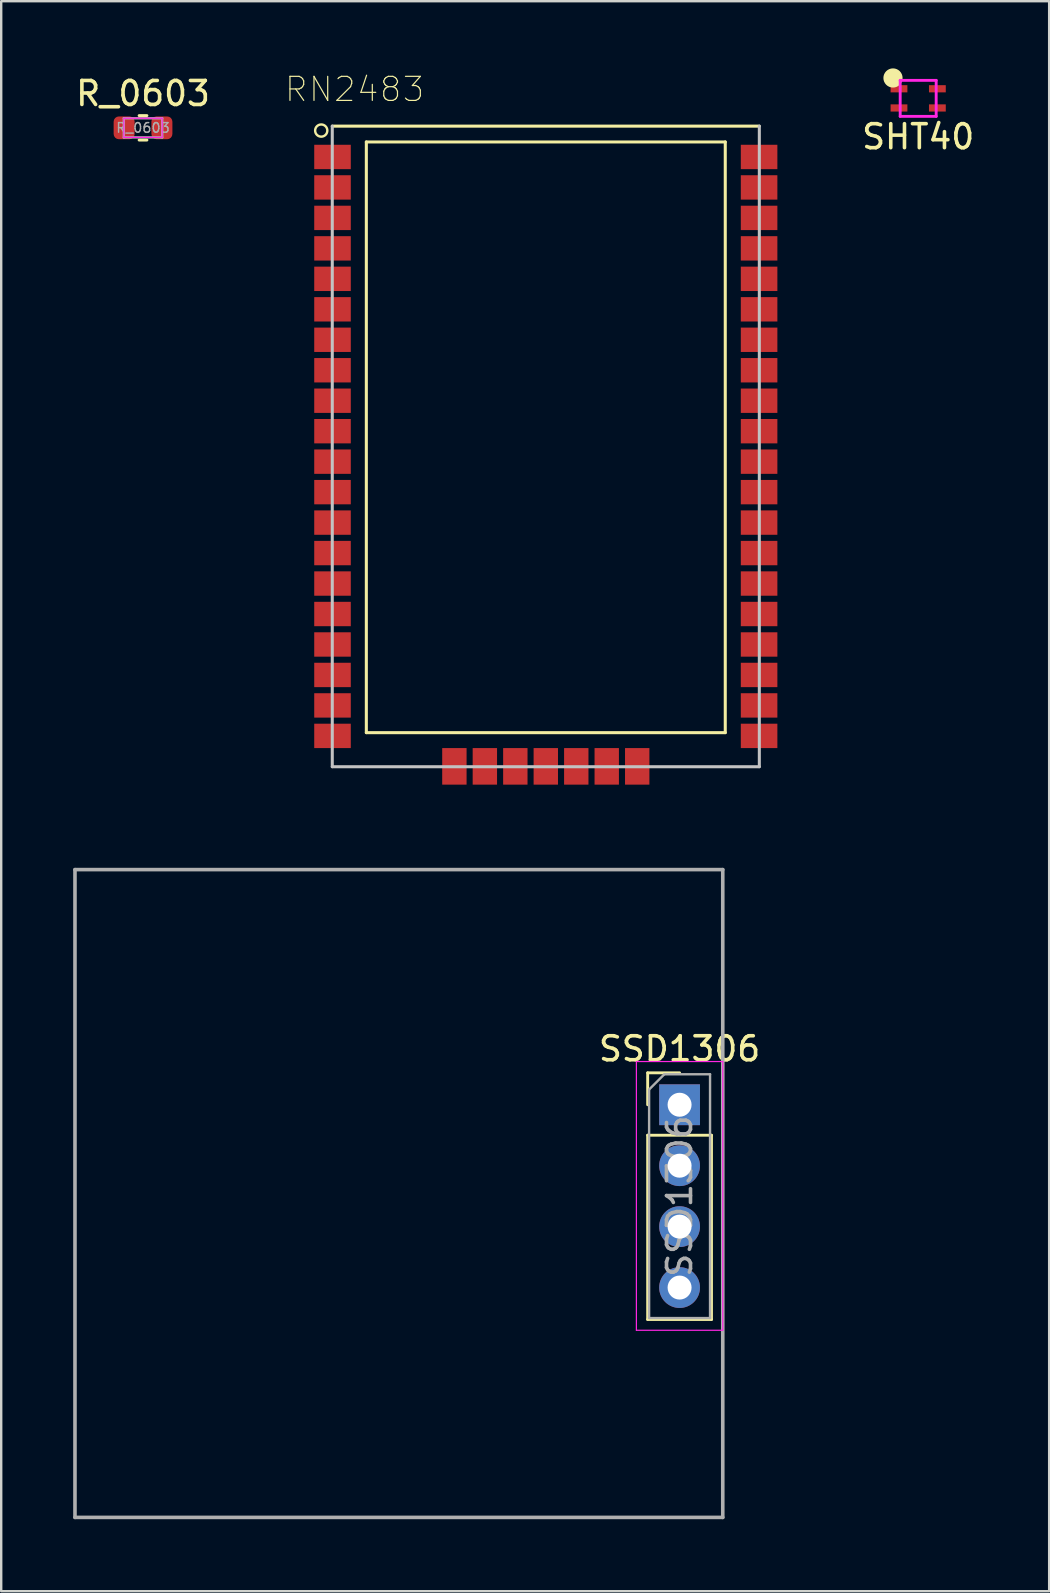
<source format=kicad_pcb>
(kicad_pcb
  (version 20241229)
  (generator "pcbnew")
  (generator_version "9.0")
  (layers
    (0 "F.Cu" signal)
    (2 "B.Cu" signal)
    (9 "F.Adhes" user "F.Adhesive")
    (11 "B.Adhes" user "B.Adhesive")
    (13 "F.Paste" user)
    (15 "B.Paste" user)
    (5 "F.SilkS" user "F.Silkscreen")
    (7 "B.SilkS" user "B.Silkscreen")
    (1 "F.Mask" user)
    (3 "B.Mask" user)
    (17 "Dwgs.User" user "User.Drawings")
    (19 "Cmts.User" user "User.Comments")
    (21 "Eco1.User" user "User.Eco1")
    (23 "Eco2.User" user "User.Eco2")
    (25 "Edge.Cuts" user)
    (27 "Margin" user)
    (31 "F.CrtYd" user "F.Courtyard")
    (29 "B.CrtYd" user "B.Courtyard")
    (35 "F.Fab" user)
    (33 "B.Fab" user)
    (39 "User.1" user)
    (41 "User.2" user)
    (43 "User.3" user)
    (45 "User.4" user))
  (footprint "SHT40"
    (layer "F.Cu")
    (at 34.42 1.45)
    (property "Reference" "SHT40" (at 0.8 1.2 0) (layer "F.SilkS") (effects (font (size 1 1) (thickness 0.15))))
    (attr through_hole)
    (fp_circle (center -0.25 -1.25) (end -0.25 -1.25) (stroke (width 0.4) (type solid)) (fill no) (layer "F.SilkS"))
    (fp_line (start 0.05 -1.15) (end 1.55 -1.15) (stroke (width 0.12) (type solid)) (layer "F.CrtYd"))
    (fp_line (start 0.05 0.35) (end 0.05 -1.15) (stroke (width 0.12) (type solid)) (layer "F.CrtYd"))
    (fp_line (start 1.55 -1.15) (end 1.55 0.35) (stroke (width 0.12) (type solid)) (layer "F.CrtYd"))
    (fp_line (start 1.55 0.35) (end 0.05 0.35) (stroke (width 0.12) (type solid)) (layer "F.CrtYd"))
    (pad "1" smd rect (at 0 -0.8) (size 0.7 0.3) (layers "F.Cu" "F.Mask" "F.Paste"))
    (pad "2" smd rect (at 0 0) (size 0.7 0.3) (layers "F.Cu" "F.Mask" "F.Paste"))
    (pad "3" smd rect (at 1.6 0) (size 0.7 0.3) (layers "F.Cu" "F.Mask" "F.Paste"))
    (pad "4" smd rect (at 1.6 -0.8) (size 0.7 0.3) (layers "F.Cu" "F.Mask" "F.Paste")))
  (footprint "SSD1306"
    (layer "F.Cu")
    (at 25.275 42.996)
    (property "Reference" "SSD1306" (at 0 -2.33 0) (layer "F.SilkS") (effects (font (size 1 1) (thickness 0.15))))
    (attr through_hole)
    (fp_line (start -1.33 -1.33) (end 0 -1.33) (stroke (width 0.12) (type solid)) (layer "F.SilkS"))
    (fp_line (start -1.33 0) (end -1.33 -1.33) (stroke (width 0.12) (type solid)) (layer "F.SilkS"))
    (fp_line (start -1.33 1.27) (end -1.33 8.95) (stroke (width 0.12) (type solid)) (layer "F.SilkS"))
    (fp_line (start -1.33 1.27) (end 1.33 1.27) (stroke (width 0.12) (type solid)) (layer "F.SilkS"))
    (fp_line (start -1.33 8.95) (end 1.33 8.95) (stroke (width 0.12) (type solid)) (layer "F.SilkS"))
    (fp_line (start 1.33 1.27) (end 1.33 8.95) (stroke (width 0.12) (type solid)) (layer "F.SilkS"))
    (fp_line (start -1.8 -1.8) (end -1.8 9.4) (stroke (width 0.05) (type solid)) (layer "F.CrtYd"))
    (fp_line (start -1.8 9.4) (end 1.8 9.4) (stroke (width 0.05) (type solid)) (layer "F.CrtYd"))
    (fp_line (start 1.8 -1.8) (end -1.8 -1.8) (stroke (width 0.05) (type solid)) (layer "F.CrtYd"))
    (fp_line (start 1.8 9.4) (end 1.8 -1.8) (stroke (width 0.05) (type solid)) (layer "F.CrtYd"))
    (fp_line (start -25.2 -9.8) (end 1.8 -9.8) (stroke (width 0.15) (type solid)) (layer "F.Fab"))
    (fp_line (start -25.2 17.2) (end -25.2 -9.8) (stroke (width 0.15) (type solid)) (layer "F.Fab"))
    (fp_line (start -1.27 -0.635) (end -0.635 -1.27) (stroke (width 0.1) (type solid)) (layer "F.Fab"))
    (fp_line (start -1.27 8.89) (end -1.27 -0.635) (stroke (width 0.1) (type solid)) (layer "F.Fab"))
    (fp_line (start -0.635 -1.27) (end 1.27 -1.27) (stroke (width 0.1) (type solid)) (layer "F.Fab"))
    (fp_line (start 1.27 -1.27) (end 1.27 8.89) (stroke (width 0.1) (type solid)) (layer "F.Fab"))
    (fp_line (start 1.27 8.89) (end -1.27 8.89) (stroke (width 0.1) (type solid)) (layer "F.Fab"))
    (fp_line (start 1.8 17.2) (end -25.2 17.2) (stroke (width 0.15) (type solid)) (layer "F.Fab"))
    (fp_line (start 1.8 17.2) (end 1.8 -9.8) (stroke (width 0.15) (type solid)) (layer "F.Fab"))
    (fp_text user "${REFERENCE}" (at 0 3.81 90) (layer "F.Fab") (effects (font (size 1 1) (thickness 0.15))))
    (pad "1" thru_hole rect (at 0 0) (size 1.7 1.7) (drill 1) (layers "*.Cu" "*.Mask"))
    (pad "2" thru_hole oval (at 0 2.54) (size 1.7 1.7) (drill 1) (layers "*.Cu" "*.Mask"))
    (pad "3" thru_hole oval (at 0 5.08) (size 1.7 1.7) (drill 1) (layers "*.Cu" "*.Mask"))
    (pad "4" thru_hole oval (at 0 7.62) (size 1.7 1.7) (drill 1) (layers "*.Cu" "*.Mask")))
  (footprint "R_0603"
    (layer "F.Cu")
    (at 2.911 2.278)
    (property "Reference" "R_0603" (at 0 -1.43 0) (layer "F.SilkS") (effects (font (size 1 1) (thickness 0.15))))
    (attr smd)
    (fp_line (start -0.163 -0.51) (end 0.163 -0.51) (stroke (width 0.12) (type solid)) (layer "F.SilkS"))
    (fp_line (start -0.163 0.51) (end 0.163 0.51) (stroke (width 0.12) (type solid)) (layer "F.SilkS"))
    (fp_line (start -0.8 -0.4) (end 0.8 -0.4) (stroke (width 0.05) (type solid)) (layer "F.CrtYd"))
    (fp_line (start -0.8 0.4) (end -0.8 -0.4) (stroke (width 0.05) (type solid)) (layer "F.CrtYd"))
    (fp_line (start 0.8 -0.4) (end 0.8 0.4) (stroke (width 0.05) (type solid)) (layer "F.CrtYd"))
    (fp_line (start 0.8 0.4) (end -0.8 0.4) (stroke (width 0.05) (type solid)) (layer "F.CrtYd"))
    (fp_line (start -0.8 -0.4) (end 0.8 -0.4) (stroke (width 0.1) (type solid)) (layer "F.Fab"))
    (fp_line (start -0.8 0.4) (end -0.8 -0.4) (stroke (width 0.1) (type solid)) (layer "F.Fab"))
    (fp_line (start 0.8 -0.4) (end 0.8 0.4) (stroke (width 0.1) (type solid)) (layer "F.Fab"))
    (fp_line (start 0.8 0.4) (end -0.8 0.4) (stroke (width 0.1) (type solid)) (layer "F.Fab"))
    (fp_text user "${REFERENCE}" (at 0 0 0) (layer "F.Fab") (effects (font (size 0.4 0.4) (thickness 0.06))))
    (pad "1" smd roundrect (at -0.787 0) (size 0.875 0.95) (layers "F.Cu" "F.Mask" "F.Paste") (roundrect_rratio 0.25))
    (pad "2" smd roundrect (at 0.787 0) (size 0.875 0.95) (layers "F.Cu" "F.Mask" "F.Paste") (roundrect_rratio 0.25)))
  (footprint "RN2483"
    (layer "F.Cu")
    (at 19.699 15.557)
    (property "Reference" "RN2483" (at -7.97 -14.884 0) (layer "F.SilkS") (effects (font (size 1.001 1.001) (thickness 0.05))))
    (attr smd)
    (fp_line (start -7.48 -12.69) (end -7.48 11.93) (stroke (width 0.127) (type solid)) (layer "F.SilkS"))
    (fp_line (start -7.48 11.93) (end 7.48 11.93) (stroke (width 0.127) (type solid)) (layer "F.SilkS"))
    (fp_line (start 7.48 -12.69) (end -7.48 -12.69) (stroke (width 0.127) (type solid)) (layer "F.SilkS"))
    (fp_line (start 7.48 11.93) (end 7.48 -12.69) (stroke (width 0.127) (type solid)) (layer "F.SilkS"))
    (fp_line (start 8.9 -13.35) (end -8.9 -13.35) (stroke (width 0.127) (type solid)) (layer "F.SilkS"))
    (fp_circle (center -9.36 -13.165) (end -9.106 -13.165) (stroke (width 0.1) (type solid)) (fill no) (layer "F.SilkS"))
    (fp_line (start -8.9 -13.35) (end -8.9 13.35) (stroke (width 0.127) (type solid)) (layer "Dwgs.User"))
    (fp_line (start -8.9 13.35) (end 8.9 13.35) (stroke (width 0.127) (type solid)) (layer "Dwgs.User"))
    (fp_line (start 8.9 13.35) (end 8.9 -13.35) (stroke (width 0.127) (type solid)) (layer "Dwgs.User"))
    (fp_line (start -10 -13.75) (end 10 -13.75) (stroke (width 0.127) (type solid)) (layer "Eco1.User"))
    (fp_line (start -10 14.5) (end -10 -13.75) (stroke (width 0.127) (type solid)) (layer "Eco1.User"))
    (fp_line (start 10 -13.75) (end 10 14.5) (stroke (width 0.127) (type solid)) (layer "Eco1.User"))
    (fp_line (start 10 14.5) (end -10 14.5) (stroke (width 0.127) (type solid)) (layer "Eco1.User"))
    (pad "1" smd rect (at -8.89 -12.065 180) (size 1.524 1.016) (layers "F.Cu" "F.Mask" "F.Paste"))
    (pad "2" smd rect (at -8.89 -10.795 180) (size 1.524 1.016) (layers "F.Cu" "F.Mask" "F.Paste"))
    (pad "3" smd rect (at -8.89 -9.525 180) (size 1.524 1.016) (layers "F.Cu" "F.Mask" "F.Paste"))
    (pad "4" smd rect (at -8.89 -8.255 180) (size 1.524 1.016) (layers "F.Cu" "F.Mask" "F.Paste"))
    (pad "5" smd rect (at -8.89 -6.985 180) (size 1.524 1.016) (layers "F.Cu" "F.Mask" "F.Paste"))
    (pad "6" smd rect (at -8.89 -5.715 180) (size 1.524 1.016) (layers "F.Cu" "F.Mask" "F.Paste"))
    (pad "7" smd rect (at -8.89 -4.445 180) (size 1.524 1.016) (layers "F.Cu" "F.Mask" "F.Paste"))
    (pad "8" smd rect (at -8.89 -3.175 180) (size 1.524 1.016) (layers "F.Cu" "F.Mask" "F.Paste"))
    (pad "9" smd rect (at -8.89 -1.905 180) (size 1.524 1.016) (layers "F.Cu" "F.Mask" "F.Paste"))
    (pad "10" smd rect (at -8.89 -0.635 180) (size 1.524 1.016) (layers "F.Cu" "F.Mask" "F.Paste"))
    (pad "11" smd rect (at -8.89 0.635 180) (size 1.524 1.016) (layers "F.Cu" "F.Mask" "F.Paste"))
    (pad "12" smd rect (at -8.89 1.905 180) (size 1.524 1.016) (layers "F.Cu" "F.Mask" "F.Paste"))
    (pad "13" smd rect (at -8.89 3.175 180) (size 1.524 1.016) (layers "F.Cu" "F.Mask" "F.Paste"))
    (pad "14" smd rect (at -8.89 4.445 180) (size 1.524 1.016) (layers "F.Cu" "F.Mask" "F.Paste"))
    (pad "15" smd rect (at -8.89 5.715 180) (size 1.524 1.016) (layers "F.Cu" "F.Mask" "F.Paste"))
    (pad "16" smd rect (at -8.89 6.985 180) (size 1.524 1.016) (layers "F.Cu" "F.Mask" "F.Paste"))
    (pad "17" smd rect (at -8.89 8.255 180) (size 1.524 1.016) (layers "F.Cu" "F.Mask" "F.Paste"))
    (pad "18" smd rect (at -8.89 9.525 180) (size 1.524 1.016) (layers "F.Cu" "F.Mask" "F.Paste"))
    (pad "19" smd rect (at -8.89 10.795 180) (size 1.524 1.016) (layers "F.Cu" "F.Mask" "F.Paste"))
    (pad "20" smd rect (at -8.89 12.065 180) (size 1.524 1.016) (layers "F.Cu" "F.Mask" "F.Paste"))
    (pad "21" smd rect (at -3.81 13.335 270) (size 1.524 1.016) (layers "F.Cu" "F.Mask" "F.Paste"))
    (pad "22" smd rect (at -2.54 13.335 270) (size 1.524 1.016) (layers "F.Cu" "F.Mask" "F.Paste"))
    (pad "23" smd rect (at -1.27 13.335 270) (size 1.524 1.016) (layers "F.Cu" "F.Mask" "F.Paste"))
    (pad "24" smd rect (at 0 13.335 270) (size 1.524 1.016) (layers "F.Cu" "F.Mask" "F.Paste"))
    (pad "25" smd rect (at 1.27 13.335 270) (size 1.524 1.016) (layers "F.Cu" "F.Mask" "F.Paste"))
    (pad "26" smd rect (at 2.54 13.335 270) (size 1.524 1.016) (layers "F.Cu" "F.Mask" "F.Paste"))
    (pad "27" smd rect (at 3.81 13.335 270) (size 1.524 1.016) (layers "F.Cu" "F.Mask" "F.Paste"))
    (pad "28" smd rect (at 8.89 12.065) (size 1.524 1.016) (layers "F.Cu" "F.Mask" "F.Paste"))
    (pad "29" smd rect (at 8.89 10.795) (size 1.524 1.016) (layers "F.Cu" "F.Mask" "F.Paste"))
    (pad "30" smd rect (at 8.89 9.525) (size 1.524 1.016) (layers "F.Cu" "F.Mask" "F.Paste"))
    (pad "31" smd rect (at 8.89 8.255) (size 1.524 1.016) (layers "F.Cu" "F.Mask" "F.Paste"))
    (pad "32" smd rect (at 8.89 6.985) (size 1.524 1.016) (layers "F.Cu" "F.Mask" "F.Paste"))
    (pad "33" smd rect (at 8.89 5.715) (size 1.524 1.016) (layers "F.Cu" "F.Mask" "F.Paste"))
    (pad "34" smd rect (at 8.89 4.445) (size 1.524 1.016) (layers "F.Cu" "F.Mask" "F.Paste"))
    (pad "35" smd rect (at 8.89 3.175) (size 1.524 1.016) (layers "F.Cu" "F.Mask" "F.Paste"))
    (pad "36" smd rect (at 8.89 1.905) (size 1.524 1.016) (layers "F.Cu" "F.Mask" "F.Paste"))
    (pad "37" smd rect (at 8.89 0.635) (size 1.524 1.016) (layers "F.Cu" "F.Mask" "F.Paste"))
    (pad "38" smd rect (at 8.89 -0.635) (size 1.524 1.016) (layers "F.Cu" "F.Mask" "F.Paste"))
    (pad "39" smd rect (at 8.89 -1.905) (size 1.524 1.016) (layers "F.Cu" "F.Mask" "F.Paste"))
    (pad "40" smd rect (at 8.89 -3.175) (size 1.524 1.016) (layers "F.Cu" "F.Mask" "F.Paste"))
    (pad "41" smd rect (at 8.89 -4.445) (size 1.524 1.016) (layers "F.Cu" "F.Mask" "F.Paste"))
    (pad "42" smd rect (at 8.89 -5.715) (size 1.524 1.016) (layers "F.Cu" "F.Mask" "F.Paste"))
    (pad "43" smd rect (at 8.89 -6.985) (size 1.524 1.016) (layers "F.Cu" "F.Mask" "F.Paste"))
    (pad "44" smd rect (at 8.89 -8.255) (size 1.524 1.016) (layers "F.Cu" "F.Mask" "F.Paste"))
    (pad "45" smd rect (at 8.89 -9.525) (size 1.524 1.016) (layers "F.Cu" "F.Mask" "F.Paste"))
    (pad "46" smd rect (at 8.89 -10.795) (size 1.524 1.016) (layers "F.Cu" "F.Mask" "F.Paste"))
    (pad "47" smd rect (at 8.89 -12.065) (size 1.524 1.016) (layers "F.Cu" "F.Mask" "F.Paste")))
  (gr_rect
    (start -3 -3)
    (end 40.679 63.271)
    (stroke (width 0.1) (type default))
    (fill no)
    (layer "Edge.Cuts")))
</source>
